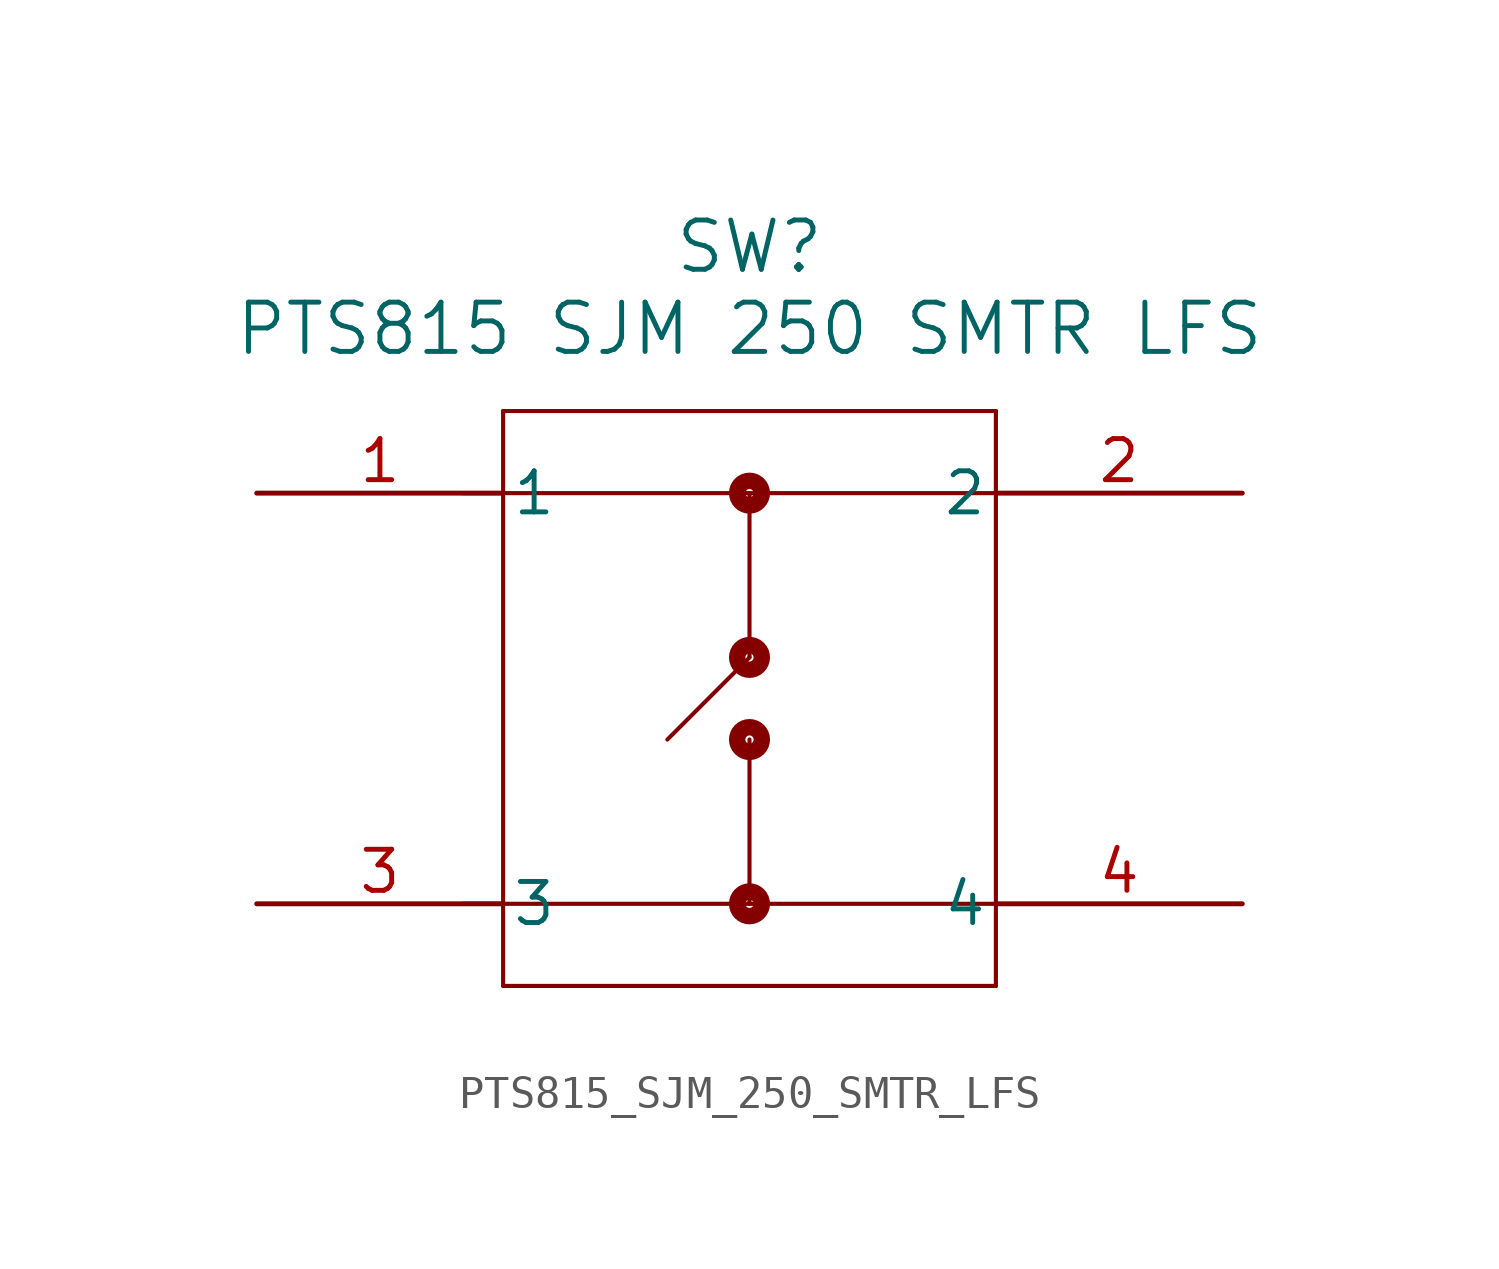
<source format=kicad_sym>
(kicad_symbol_lib
  (version 20220914)
  (generator kicad_symbol_editor)
  (symbol "PTS815_SJM_250_SMTR_LFS"
    (pin_names
      (offset 0.254))
    (property "Reference" "SW"
      (at 30.48 -1.27 0)
      (effects (font (size 1.524 1.524))))
    (property "Value" "PTS815 SJM 250 SMTR LFS"
      (at 30.48 -3.81 0)
      (effects (font (size 1.524 1.524))))
    (property "ki_locked" ""
      (at 0 0 0)
      (effects (font (size 1.27 1.27))))
    (symbol "PTS815_SJM_250_SMTR_LFS_0_1"
      (polyline (pts (xy 21.59 -8.89) (xy 38.1 -8.89)) (stroke (width 0.127) (type default)) (fill (type none)))
      (polyline (pts (xy 22.86 -24.13) (xy 38.1 -24.13)) (stroke (width 0.127) (type default)) (fill (type none)))
      (polyline (pts (xy 22.86 -6.35) (xy 22.86 -24.13)) (stroke (width 0.127) (type default)) (fill (type none)))
      (polyline (pts (xy 27.94 -16.51) (xy 30.48 -13.97)) (stroke (width 0.127) (type default)) (fill (type none)))
      (polyline (pts (xy 30.48 -16.51) (xy 30.48 -21.59)) (stroke (width 0.127) (type default)) (fill (type none)))
      (polyline (pts (xy 30.48 -13.97) (xy 30.48 -8.89)) (stroke (width 0.127) (type default)) (fill (type none)))
      (polyline (pts (xy 38.1 -24.13) (xy 38.1 -6.35)) (stroke (width 0.127) (type default)) (fill (type none)))
      (polyline (pts (xy 38.1 -21.59) (xy 21.59 -21.59)) (stroke (width 0.127) (type default)) (fill (type none)))
      (polyline (pts (xy 38.1 -6.35) (xy 22.86 -6.35)) (stroke (width 0.127) (type default)) (fill (type none)))
      (circle (center 30.48 -21.59) (radius 0.127) (stroke (width 0.508) (type default)) (fill (type none)))
      (circle (center 30.48 -16.51) (radius 0.127) (stroke (width 0.508) (type default)) (fill (type none)))
      (circle (center 30.48 -13.97) (radius 0.127) (stroke (width 0.508) (type default)) (fill (type none)))
      (circle (center 30.48 -8.89) (radius 0.127) (stroke (width 0.508) (type default)) (fill (type none)))
      (pin unspecified line (at 15.24 -8.89 0) (length 7.62) (name "1" (effects (font (size 1.27 1.27)))) (number "1" (effects (font (size 1.27 1.27)))))
      (pin unspecified line (at 45.72 -8.89 180) (length 7.62) (name "2" (effects (font (size 1.27 1.27)))) (number "2" (effects (font (size 1.27 1.27)))))
      (pin unspecified line (at 15.24 -21.59 0) (length 7.62) (name "3" (effects (font (size 1.27 1.27)))) (number "3" (effects (font (size 1.27 1.27)))))
      (pin unspecified line (at 45.72 -21.59 180) (length 7.62) (name "4" (effects (font (size 1.27 1.27)))) (number "4" (effects (font (size 1.27 1.27))))))))
</source>
